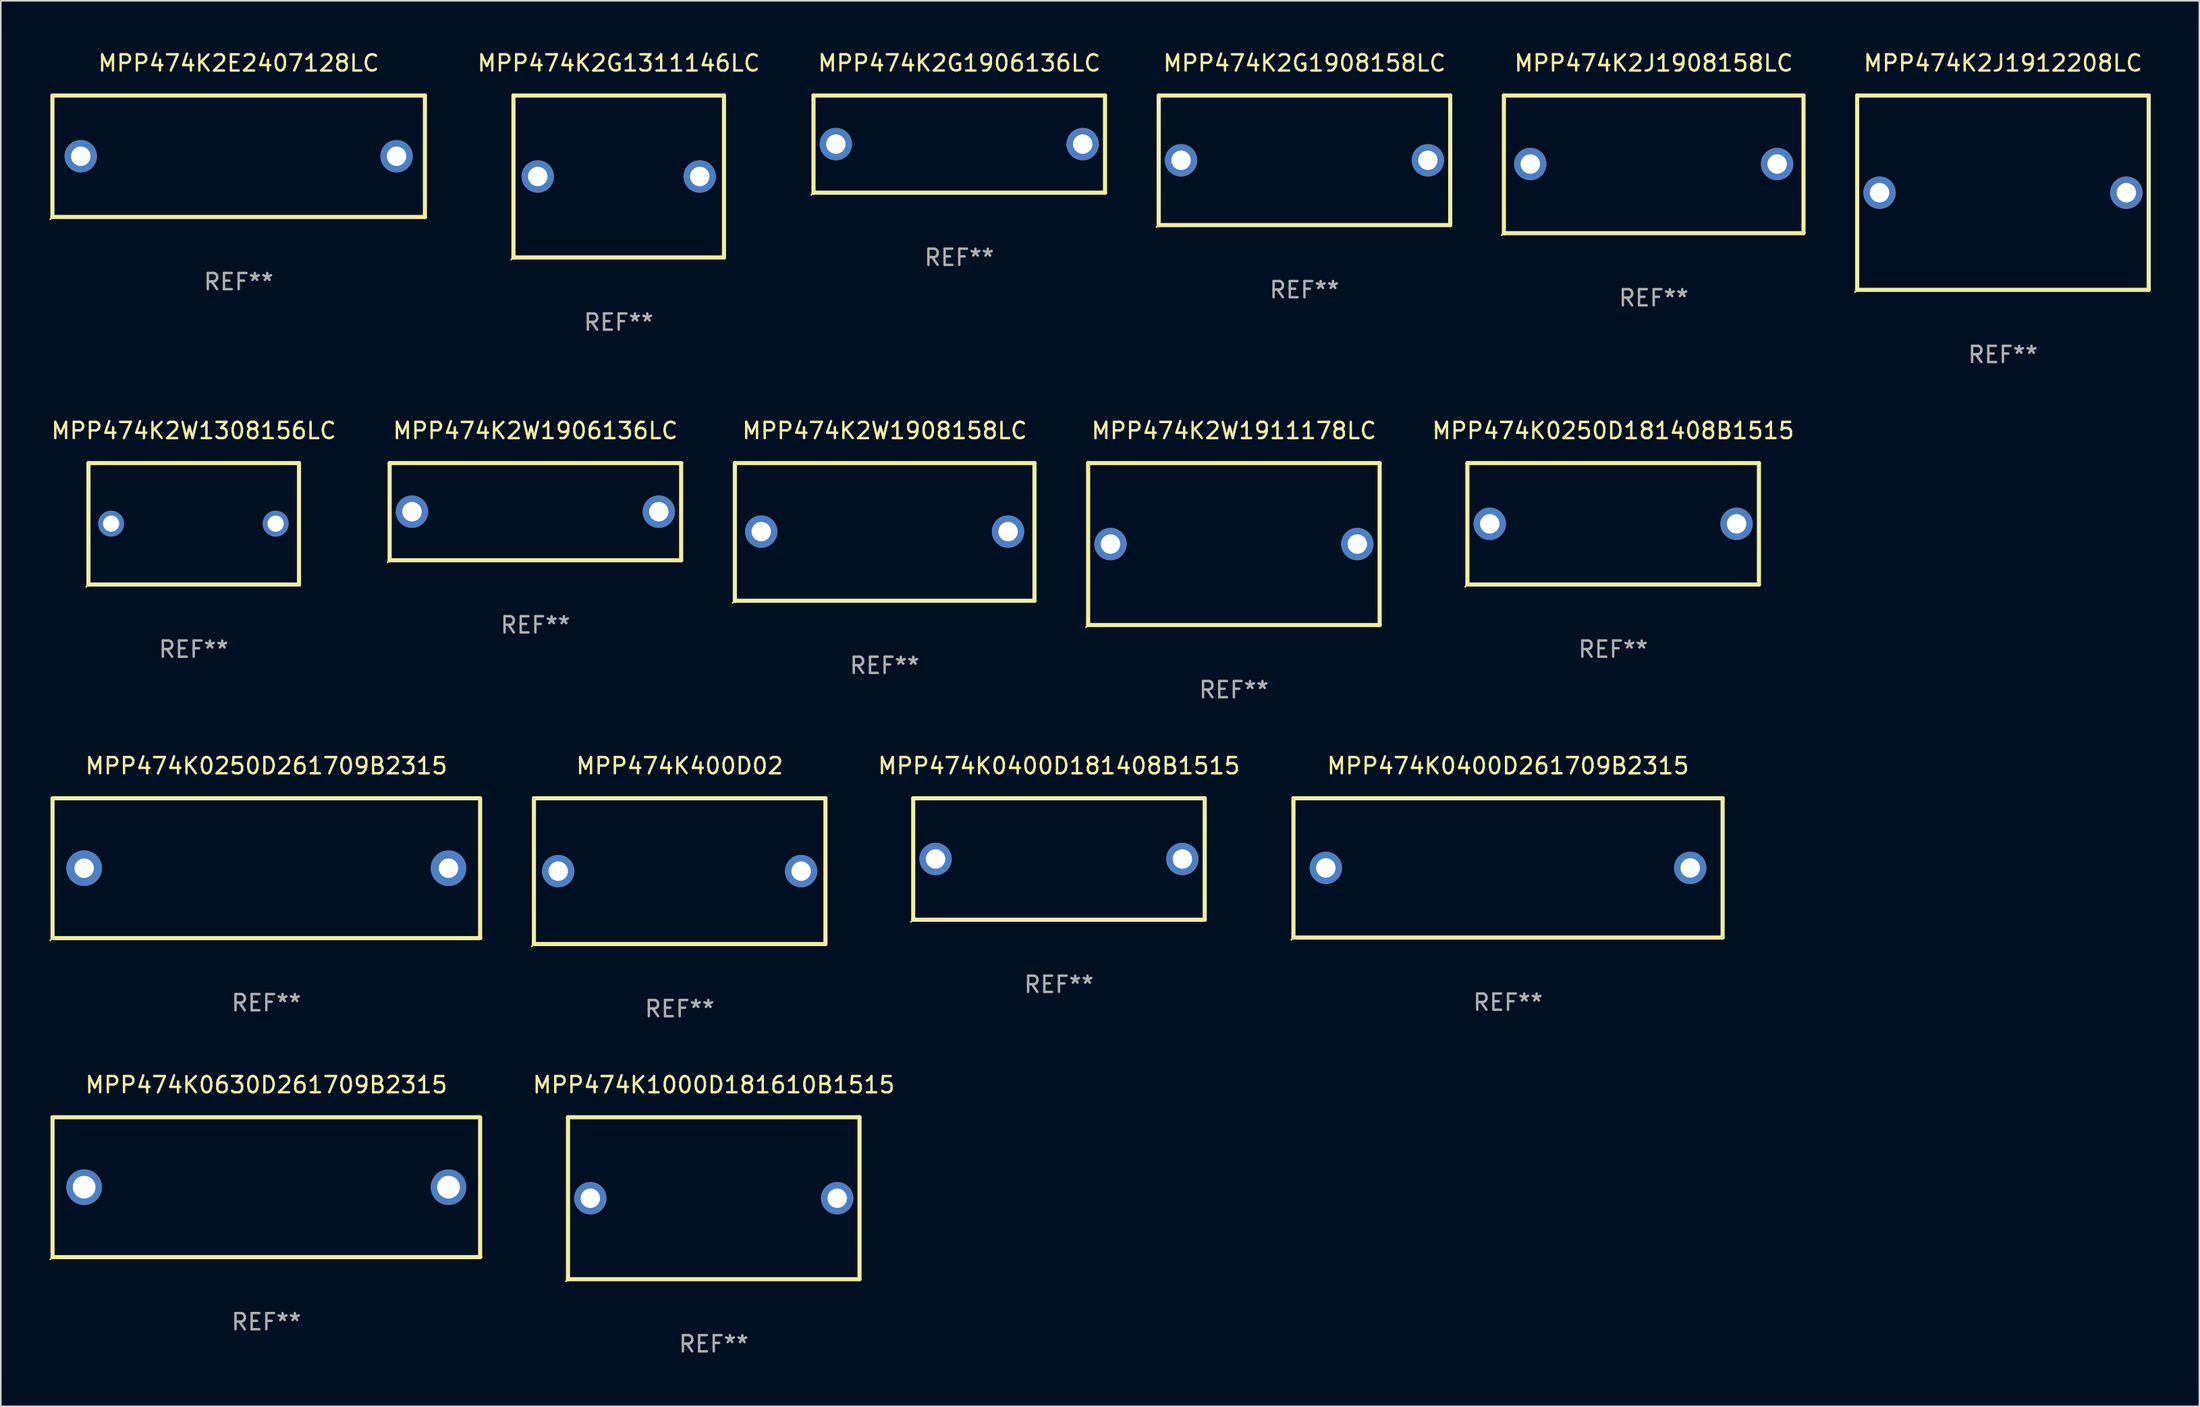
<source format=kicad_pcb>
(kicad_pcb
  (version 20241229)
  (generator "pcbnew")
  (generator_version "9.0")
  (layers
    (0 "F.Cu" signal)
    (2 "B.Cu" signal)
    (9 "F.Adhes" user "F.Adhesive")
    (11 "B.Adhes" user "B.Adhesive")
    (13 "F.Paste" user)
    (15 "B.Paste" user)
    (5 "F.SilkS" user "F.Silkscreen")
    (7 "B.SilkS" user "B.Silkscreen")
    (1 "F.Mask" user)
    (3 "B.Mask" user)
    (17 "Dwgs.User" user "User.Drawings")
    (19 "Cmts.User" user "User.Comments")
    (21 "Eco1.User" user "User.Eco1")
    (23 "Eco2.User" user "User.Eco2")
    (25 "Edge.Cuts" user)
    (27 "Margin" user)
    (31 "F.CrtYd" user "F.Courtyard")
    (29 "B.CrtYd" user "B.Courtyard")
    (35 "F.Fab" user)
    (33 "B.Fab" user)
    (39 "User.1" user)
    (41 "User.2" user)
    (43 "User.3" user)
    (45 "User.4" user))
  (footprint "MPP474K2G1311146LC"
    (layer "F.Cu")
    (at 35.153 7.848)
    (property "Reference" "MPP474K2G1311146LC" (at 0 -7 0) (layer "F.SilkS") (effects (font (size 1 1) (thickness 0.15))))
    (attr through_hole)
    (fp_line (start -6.5 -5) (end -6.5 5) (stroke (width 0.254) (type solid)) (layer "F.SilkS"))
    (fp_line (start -6.5 -5) (end 6.5 -5) (stroke (width 0.254) (type solid)) (layer "F.SilkS"))
    (fp_line (start 6.5 -5) (end 6.5 5) (stroke (width 0.254) (type solid)) (layer "F.SilkS"))
    (fp_line (start 6.5 5) (end -6.5 5) (stroke (width 0.254) (type solid)) (layer "F.SilkS"))
    (fp_circle (center -6.627 5.127) (end -6.597 5.127) (stroke (width 0.06) (type solid)) (fill no) (layer "F.SilkS"))
    (fp_text user "REF**" (at 0 9 0) (layer "F.Fab") (effects (font (size 1 1) (thickness 0.15))))
    (pad "1" thru_hole circle (at -4.999 0) (size 2 2) (drill 1.2) (layers "*.Cu" "*.Mask"))
    (pad "2" thru_hole circle (at 5.001 0) (size 2 2) (drill 1.2) (layers "*.Cu" "*.Mask")))
  (footprint "MPP474K2J1912208LC"
    (layer "F.Cu")
    (at 120.622 8.848)
    (property "Reference" "MPP474K2J1912208LC" (at 0 -8 0) (layer "F.SilkS") (effects (font (size 1 1) (thickness 0.15))))
    (attr through_hole)
    (fp_line (start -9 -6) (end 9 -6) (stroke (width 0.254) (type solid)) (layer "F.SilkS"))
    (fp_line (start -9 6) (end -9 -6) (stroke (width 0.254) (type solid)) (layer "F.SilkS"))
    (fp_line (start 9 -6) (end 9 6) (stroke (width 0.254) (type solid)) (layer "F.SilkS"))
    (fp_line (start 9 6) (end -9 6) (stroke (width 0.254) (type solid)) (layer "F.SilkS"))
    (fp_circle (center -9.127 6.127) (end -9.097 6.127) (stroke (width 0.06) (type solid)) (fill no) (layer "F.SilkS"))
    (fp_text user "REF**" (at 0 10 0) (layer "F.Fab") (effects (font (size 1 1) (thickness 0.15))))
    (pad "1" thru_hole circle (at -7.62 0) (size 2 2) (drill 1.2) (layers "*.Cu" "*.Mask"))
    (pad "2" thru_hole circle (at 7.62 0) (size 2 2) (drill 1.2) (layers "*.Cu" "*.Mask")))
  (footprint "MPP474K0250D261709B2315"
    (layer "F.Cu")
    (at 13.395 50.559)
    (property "Reference" "MPP474K0250D261709B2315" (at 0 -6.318 0) (layer "F.SilkS") (effects (font (size 1 1) (thickness 0.15))))
    (attr through_hole)
    (fp_line (start -13.208 -4.318) (end 13.193 -4.318) (stroke (width 0.254) (type solid)) (layer "F.SilkS"))
    (fp_line (start -13.2 4.3) (end -13.2 -4.3) (stroke (width 0.254) (type solid)) (layer "F.SilkS"))
    (fp_line (start 13.2 -4.3) (end 13.2 4.3) (stroke (width 0.254) (type solid)) (layer "F.SilkS"))
    (fp_line (start 13.208 4.318) (end -13.193 4.318) (stroke (width 0.254) (type solid)) (layer "F.SilkS"))
    (fp_circle (center -13.335 4.445) (end -13.305 4.445) (stroke (width 0.06) (type solid)) (fill no) (layer "F.SilkS"))
    (fp_text user "REF**" (at 0 8.318 0) (layer "F.Fab") (effects (font (size 1 1) (thickness 0.15))))
    (pad "1" thru_hole circle (at -11.25 0) (size 2.2 2.2) (drill 1.2) (layers "*.Cu" "*.Mask"))
    (pad "2" thru_hole circle (at 11.25 0) (size 2.2 2.2) (drill 1.2) (layers "*.Cu" "*.Mask")))
  (footprint "MPP474K0400D261709B2315"
    (layer "F.Cu")
    (at 90.064 50.541)
    (property "Reference" "MPP474K0400D261709B2315" (at 0 -6.3 0) (layer "F.SilkS") (effects (font (size 1 1) (thickness 0.15))))
    (attr through_hole)
    (fp_line (start -13.25 -4.3) (end -13.25 4.3) (stroke (width 0.254) (type solid)) (layer "F.SilkS"))
    (fp_line (start -13.25 -4.3) (end 13.25 -4.3) (stroke (width 0.254) (type solid)) (layer "F.SilkS"))
    (fp_line (start -13.25 4.3) (end 13.25 4.3) (stroke (width 0.254) (type solid)) (layer "F.SilkS"))
    (fp_line (start 13.25 -4.3) (end 13.25 4.3) (stroke (width 0.254) (type solid)) (layer "F.SilkS"))
    (fp_circle (center -13.377 4.427) (end -13.347 4.427) (stroke (width 0.06) (type solid)) (fill no) (layer "F.SilkS"))
    (fp_text user "REF**" (at 0 8.3 0) (layer "F.Fab") (effects (font (size 1 1) (thickness 0.15))))
    (pad "1" thru_hole circle (at -11.25 0.000013) (size 2 2) (drill 1.2) (layers "*.Cu" "*.Mask"))
    (pad "2" thru_hole circle (at 11.25 0.000013) (size 2 2) (drill 1.2) (layers "*.Cu" "*.Mask")))
  (footprint "MPP474K1000D181610B1515"
    (layer "F.Cu")
    (at 41.022 70.938)
    (property "Reference" "MPP474K1000D181610B1515" (at 0 -7 0) (layer "F.SilkS") (effects (font (size 1 1) (thickness 0.15))))
    (attr through_hole)
    (fp_line (start -9 -5) (end 9 -5) (stroke (width 0.254) (type solid)) (layer "F.SilkS"))
    (fp_line (start -9 5) (end -9 -5) (stroke (width 0.254) (type solid)) (layer "F.SilkS"))
    (fp_line (start 9 -5) (end 9 5) (stroke (width 0.254) (type solid)) (layer "F.SilkS"))
    (fp_line (start 9 5) (end -9 5) (stroke (width 0.254) (type solid)) (layer "F.SilkS"))
    (fp_circle (center -9.127 5.127) (end -9.097 5.127) (stroke (width 0.06) (type solid)) (fill no) (layer "F.SilkS"))
    (fp_text user "REF**" (at 0 9 0) (layer "F.Fab") (effects (font (size 1 1) (thickness 0.15))))
    (pad "1" thru_hole circle (at -7.62 0) (size 2 2) (drill 1.2) (layers "*.Cu" "*.Mask"))
    (pad "2" thru_hole circle (at 7.62 0) (size 2 2) (drill 1.2) (layers "*.Cu" "*.Mask")))
  (footprint "MPP474K400D02"
    (layer "F.Cu")
    (at 38.917 50.741)
    (property "Reference" "MPP474K400D02" (at 0 -6.5 0) (layer "F.SilkS") (effects (font (size 1 1) (thickness 0.15))))
    (attr through_hole)
    (fp_line (start -9 -4.5) (end 9 -4.5) (stroke (width 0.254) (type solid)) (layer "F.SilkS"))
    (fp_line (start -9 4.5) (end -9 -4.5) (stroke (width 0.254) (type solid)) (layer "F.SilkS"))
    (fp_line (start 9 -4.5) (end 9 4.5) (stroke (width 0.254) (type solid)) (layer "F.SilkS"))
    (fp_line (start 9 4.5) (end -9 4.5) (stroke (width 0.254) (type solid)) (layer "F.SilkS"))
    (fp_circle (center -9.127 4.627) (end -9.097 4.627) (stroke (width 0.06) (type solid)) (fill no) (layer "F.SilkS"))
    (fp_text user "REF**" (at 0 8.5 0) (layer "F.Fab") (effects (font (size 1 1) (thickness 0.15))))
    (pad "1" thru_hole circle (at -7.5 -0.000127) (size 2 2) (drill 1.2) (layers "*.Cu" "*.Mask"))
    (pad "2" thru_hole circle (at 7.5 -0.000127) (size 2 2) (drill 1.2) (layers "*.Cu" "*.Mask")))
  (footprint "MPP474K2G1908158LC"
    (layer "F.Cu")
    (at 77.494 6.848)
    (property "Reference" "MPP474K2G1908158LC" (at 0 -6 0) (layer "F.SilkS") (effects (font (size 1 1) (thickness 0.15))))
    (attr through_hole)
    (fp_line (start -9 -4) (end 9 -4) (stroke (width 0.254) (type solid)) (layer "F.SilkS"))
    (fp_line (start -9 4) (end -9 -4) (stroke (width 0.254) (type solid)) (layer "F.SilkS"))
    (fp_line (start 9 -4) (end 9 4) (stroke (width 0.254) (type solid)) (layer "F.SilkS"))
    (fp_line (start 9 4) (end -9 4) (stroke (width 0.254) (type solid)) (layer "F.SilkS"))
    (fp_circle (center -9.127 4.127) (end -9.097 4.127) (stroke (width 0.06) (type solid)) (fill no) (layer "F.SilkS"))
    (fp_text user "REF**" (at 0 8 0) (layer "F.Fab") (effects (font (size 1 1) (thickness 0.15))))
    (pad "1" thru_hole circle (at -7.62 0) (size 2 2) (drill 1.2) (layers "*.Cu" "*.Mask"))
    (pad "2" thru_hole circle (at 7.62 0) (size 2 2) (drill 1.2) (layers "*.Cu" "*.Mask")))
  (footprint "MPP474K2W1308156LC"
    (layer "F.Cu")
    (at 8.911 29.295)
    (property "Reference" "MPP474K2W1308156LC" (at 0 -5.75 0) (layer "F.SilkS") (effects (font (size 1 1) (thickness 0.15))))
    (attr through_hole)
    (fp_line (start -6.5 -3.75) (end 6.5 -3.75) (stroke (width 0.254) (type solid)) (layer "F.SilkS"))
    (fp_line (start -6.5 3.75) (end -6.5 -3.75) (stroke (width 0.254) (type solid)) (layer "F.SilkS"))
    (fp_line (start 6.5 -3.75) (end 6.5 3.75) (stroke (width 0.254) (type solid)) (layer "F.SilkS"))
    (fp_line (start 6.5 3.75) (end -6.5 3.75) (stroke (width 0.254) (type solid)) (layer "F.SilkS"))
    (fp_circle (center -6.627 3.877) (end -6.597 3.877) (stroke (width 0.06) (type solid)) (fill no) (layer "F.SilkS"))
    (fp_text user "REF**" (at 0 7.75 0) (layer "F.Fab") (effects (font (size 1 1) (thickness 0.15))))
    (pad "1" thru_hole circle (at -5.1 -0.01) (size 1.6 1.6) (drill 1) (layers "*.Cu" "*.Mask"))
    (pad "2" thru_hole circle (at 5.06 -0.01) (size 1.6 1.6) (drill 1) (layers "*.Cu" "*.Mask")))
  (footprint "MPP474K2W1908158LC"
    (layer "F.Cu")
    (at 51.573 29.795)
    (property "Reference" "MPP474K2W1908158LC" (at 0 -6.25 0) (layer "F.SilkS") (effects (font (size 1 1) (thickness 0.15))))
    (attr through_hole)
    (fp_line (start -9.25 -4.25) (end 9.25 -4.25) (stroke (width 0.254) (type solid)) (layer "F.SilkS"))
    (fp_line (start -9.25 4.25) (end -9.25 -4.25) (stroke (width 0.254) (type solid)) (layer "F.SilkS"))
    (fp_line (start 9.25 -4.25) (end 9.25 4.25) (stroke (width 0.254) (type solid)) (layer "F.SilkS"))
    (fp_line (start 9.25 4.25) (end -9.25 4.25) (stroke (width 0.254) (type solid)) (layer "F.SilkS"))
    (fp_circle (center -9.377 4.377) (end -9.347 4.377) (stroke (width 0.06) (type solid)) (fill no) (layer "F.SilkS"))
    (fp_text user "REF**" (at 0 8.25 0) (layer "F.Fab") (effects (font (size 1 1) (thickness 0.15))))
    (pad "1" thru_hole circle (at -7.62 -0.02) (size 2 2) (drill 1.2) (layers "*.Cu" "*.Mask"))
    (pad "2" thru_hole circle (at 7.62 -0.02) (size 2 2) (drill 1.2) (layers "*.Cu" "*.Mask")))
  (footprint "MPP474K2E2407128LC"
    (layer "F.Cu")
    (at 11.687 6.598)
    (property "Reference" "MPP474K2E2407128LC" (at 0 -5.75 0) (layer "F.SilkS") (effects (font (size 1 1) (thickness 0.15))))
    (attr through_hole)
    (fp_line (start -11.5 -3.75) (end 11.5 -3.75) (stroke (width 0.254) (type solid)) (layer "F.SilkS"))
    (fp_line (start -11.5 3.75) (end -11.5 -3.75) (stroke (width 0.254) (type solid)) (layer "F.SilkS"))
    (fp_line (start 11.5 -3.75) (end 11.5 3.75) (stroke (width 0.254) (type solid)) (layer "F.SilkS"))
    (fp_line (start 11.5 3.75) (end -11.5 3.75) (stroke (width 0.254) (type solid)) (layer "F.SilkS"))
    (fp_circle (center -11.627 3.877) (end -11.597 3.877) (stroke (width 0.06) (type solid)) (fill no) (layer "F.SilkS"))
    (fp_text user "REF**" (at 0 7.75 0) (layer "F.Fab") (effects (font (size 1 1) (thickness 0.15))))
    (pad "1" thru_hole circle (at -9.75 0) (size 2 2) (drill 1.2) (layers "*.Cu" "*.Mask"))
    (pad "2" thru_hole circle (at 9.75 0) (size 2 2) (drill 1.2) (layers "*.Cu" "*.Mask")))
  (footprint "MPP474K2G1906136LC"
    (layer "F.Cu")
    (at 56.18 5.848)
    (property "Reference" "MPP474K2G1906136LC" (at 0 -5 0) (layer "F.SilkS") (effects (font (size 1 1) (thickness 0.15))))
    (attr through_hole)
    (fp_line (start -9 -3) (end 9 -3) (stroke (width 0.254) (type solid)) (layer "F.SilkS"))
    (fp_line (start -9 3) (end -9 -3) (stroke (width 0.254) (type solid)) (layer "F.SilkS"))
    (fp_line (start 9 -3) (end 9 3) (stroke (width 0.254) (type solid)) (layer "F.SilkS"))
    (fp_line (start 9 3) (end -9 3) (stroke (width 0.254) (type solid)) (layer "F.SilkS"))
    (fp_circle (center -9.127 3.127) (end -9.097 3.127) (stroke (width 0.06) (type solid)) (fill no) (layer "F.SilkS"))
    (fp_text user "REF**" (at 0 7 0) (layer "F.Fab") (effects (font (size 1 1) (thickness 0.15))))
    (pad "1" thru_hole circle (at -7.62 0) (size 2 2) (drill 1.2) (layers "*.Cu" "*.Mask"))
    (pad "2" thru_hole circle (at 7.62 0) (size 2 2) (drill 1.2) (layers "*.Cu" "*.Mask")))
  (footprint "MPP474K2W1906136LC"
    (layer "F.Cu")
    (at 30.008 28.545)
    (property "Reference" "MPP474K2W1906136LC" (at 0 -5 0) (layer "F.SilkS") (effects (font (size 1 1) (thickness 0.15))))
    (attr through_hole)
    (fp_line (start -9 -3) (end 9 -3) (stroke (width 0.254) (type solid)) (layer "F.SilkS"))
    (fp_line (start -9 3) (end -9 -3) (stroke (width 0.254) (type solid)) (layer "F.SilkS"))
    (fp_line (start 9 -3) (end 9 3) (stroke (width 0.254) (type solid)) (layer "F.SilkS"))
    (fp_line (start 9 3) (end -9 3) (stroke (width 0.254) (type solid)) (layer "F.SilkS"))
    (fp_circle (center -9.127 3.127) (end -9.097 3.127) (stroke (width 0.06) (type solid)) (fill no) (layer "F.SilkS"))
    (fp_text user "REF**" (at 0 7 0) (layer "F.Fab") (effects (font (size 1 1) (thickness 0.15))))
    (pad "1" thru_hole circle (at -7.62 0) (size 2 2) (drill 1.2) (layers "*.Cu" "*.Mask"))
    (pad "2" thru_hole circle (at 7.62 0) (size 2 2) (drill 1.2) (layers "*.Cu" "*.Mask")))
  (footprint "MPP474K0630D261709B2315"
    (layer "F.Cu")
    (at 13.395 70.256)
    (property "Reference" "MPP474K0630D261709B2315" (at 0 -6.318 0) (layer "F.SilkS") (effects (font (size 1 1) (thickness 0.15))))
    (attr through_hole)
    (fp_line (start -13.208 -4.318) (end 13.193 -4.318) (stroke (width 0.254) (type solid)) (layer "F.SilkS"))
    (fp_line (start -13.2 4.3) (end -13.2 -4.3) (stroke (width 0.254) (type solid)) (layer "F.SilkS"))
    (fp_line (start 13.2 -4.3) (end 13.2 4.3) (stroke (width 0.254) (type solid)) (layer "F.SilkS"))
    (fp_line (start 13.208 4.318) (end -13.193 4.318) (stroke (width 0.254) (type solid)) (layer "F.SilkS"))
    (fp_circle (center -13.335 4.445) (end -13.305 4.445) (stroke (width 0.06) (type solid)) (fill no) (layer "F.SilkS"))
    (fp_text user "REF**" (at 0 8.318 0) (layer "F.Fab") (effects (font (size 1 1) (thickness 0.15))))
    (pad "1" thru_hole circle (at -11.25 0) (size 2.2 2.2) (drill 1.4) (layers "*.Cu" "*.Mask"))
    (pad "2" thru_hole circle (at 11.25 0) (size 2.2 2.2) (drill 1.4) (layers "*.Cu" "*.Mask")))
  (footprint "MPP474K0400D181408B1515"
    (layer "F.Cu")
    (at 62.336 49.991)
    (property "Reference" "MPP474K0400D181408B1515" (at 0 -5.75 0) (layer "F.SilkS") (effects (font (size 1 1) (thickness 0.15))))
    (attr through_hole)
    (fp_line (start -9 -3.75) (end 9 -3.75) (stroke (width 0.254) (type solid)) (layer "F.SilkS"))
    (fp_line (start -9 3.75) (end -9 -3.75) (stroke (width 0.254) (type solid)) (layer "F.SilkS"))
    (fp_line (start 9 -3.75) (end 9 3.75) (stroke (width 0.254) (type solid)) (layer "F.SilkS"))
    (fp_line (start 9 3.75) (end -9 3.75) (stroke (width 0.254) (type solid)) (layer "F.SilkS"))
    (fp_circle (center -9.127 3.877) (end -9.097 3.877) (stroke (width 0.06) (type solid)) (fill no) (layer "F.SilkS"))
    (fp_text user "REF**" (at 0 7.75 0) (layer "F.Fab") (effects (font (size 1 1) (thickness 0.15))))
    (pad "1" thru_hole circle (at -7.62 0) (size 2 2) (drill 1.2) (layers "*.Cu" "*.Mask"))
    (pad "2" thru_hole circle (at 7.62 0) (size 2 2) (drill 1.2) (layers "*.Cu" "*.Mask")))
  (footprint "MPP474K2J1908158LC"
    (layer "F.Cu")
    (at 99.058 7.098)
    (property "Reference" "MPP474K2J1908158LC" (at 0 -6.25 0) (layer "F.SilkS") (effects (font (size 1 1) (thickness 0.15))))
    (attr through_hole)
    (fp_line (start -9.25 -4.25) (end 9.25 -4.25) (stroke (width 0.254) (type solid)) (layer "F.SilkS"))
    (fp_line (start -9.25 4.25) (end -9.25 -4.25) (stroke (width 0.254) (type solid)) (layer "F.SilkS"))
    (fp_line (start 9.25 -4.25) (end 9.25 4.25) (stroke (width 0.254) (type solid)) (layer "F.SilkS"))
    (fp_line (start 9.25 4.25) (end -9.25 4.25) (stroke (width 0.254) (type solid)) (layer "F.SilkS"))
    (fp_circle (center -9.377 4.377) (end -9.347 4.377) (stroke (width 0.06) (type solid)) (fill no) (layer "F.SilkS"))
    (fp_text user "REF**" (at 0 8.25 0) (layer "F.Fab") (effects (font (size 1 1) (thickness 0.15))))
    (pad "1" thru_hole circle (at -7.62 -0.02) (size 2 2) (drill 1.2) (layers "*.Cu" "*.Mask"))
    (pad "2" thru_hole circle (at 7.62 -0.02) (size 2 2) (drill 1.2) (layers "*.Cu" "*.Mask")))
  (footprint "MPP474K2W1911178LC"
    (layer "F.Cu")
    (at 73.137 30.545)
    (property "Reference" "MPP474K2W1911178LC" (at 0 -7 0) (layer "F.SilkS") (effects (font (size 1 1) (thickness 0.15))))
    (attr through_hole)
    (fp_line (start -9 -5) (end 9 -5) (stroke (width 0.254) (type solid)) (layer "F.SilkS"))
    (fp_line (start -9 5) (end -9 -5) (stroke (width 0.254) (type solid)) (layer "F.SilkS"))
    (fp_line (start 9 -5) (end 9 5) (stroke (width 0.254) (type solid)) (layer "F.SilkS"))
    (fp_line (start 9 5) (end -9 5) (stroke (width 0.254) (type solid)) (layer "F.SilkS"))
    (fp_circle (center -9.127 5.127) (end -9.097 5.127) (stroke (width 0.06) (type solid)) (fill no) (layer "F.SilkS"))
    (fp_text user "REF**" (at 0 9 0) (layer "F.Fab") (effects (font (size 1 1) (thickness 0.15))))
    (pad "1" thru_hole circle (at -7.62 0) (size 2 2) (drill 1.2) (layers "*.Cu" "*.Mask"))
    (pad "2" thru_hole circle (at 7.62 0) (size 2 2) (drill 1.2) (layers "*.Cu" "*.Mask")))
  (footprint "MPP474K0250D181408B1515"
    (layer "F.Cu")
    (at 96.555 29.295)
    (property "Reference" "MPP474K0250D181408B1515" (at 0 -5.75 0) (layer "F.SilkS") (effects (font (size 1 1) (thickness 0.15))))
    (attr through_hole)
    (fp_line (start -9 -3.75) (end 9 -3.75) (stroke (width 0.254) (type solid)) (layer "F.SilkS"))
    (fp_line (start -9 3.75) (end -9 -3.75) (stroke (width 0.254) (type solid)) (layer "F.SilkS"))
    (fp_line (start 9 -3.75) (end 9 3.75) (stroke (width 0.254) (type solid)) (layer "F.SilkS"))
    (fp_line (start 9 3.75) (end -9 3.75) (stroke (width 0.254) (type solid)) (layer "F.SilkS"))
    (fp_circle (center -9.127 3.877) (end -9.097 3.877) (stroke (width 0.06) (type solid)) (fill no) (layer "F.SilkS"))
    (fp_text user "REF**" (at 0 7.75 0) (layer "F.Fab") (effects (font (size 1 1) (thickness 0.15))))
    (pad "1" thru_hole circle (at -7.62 0) (size 2 2) (drill 1.2) (layers "*.Cu" "*.Mask"))
    (pad "2" thru_hole circle (at 7.62 0) (size 2 2) (drill 1.2) (layers "*.Cu" "*.Mask")))
  (gr_rect
    (start -3 -3)
    (end 132.749 83.786)
    (stroke (width 0.1) (type default))
    (fill no)
    (layer "Edge.Cuts")))
</source>
